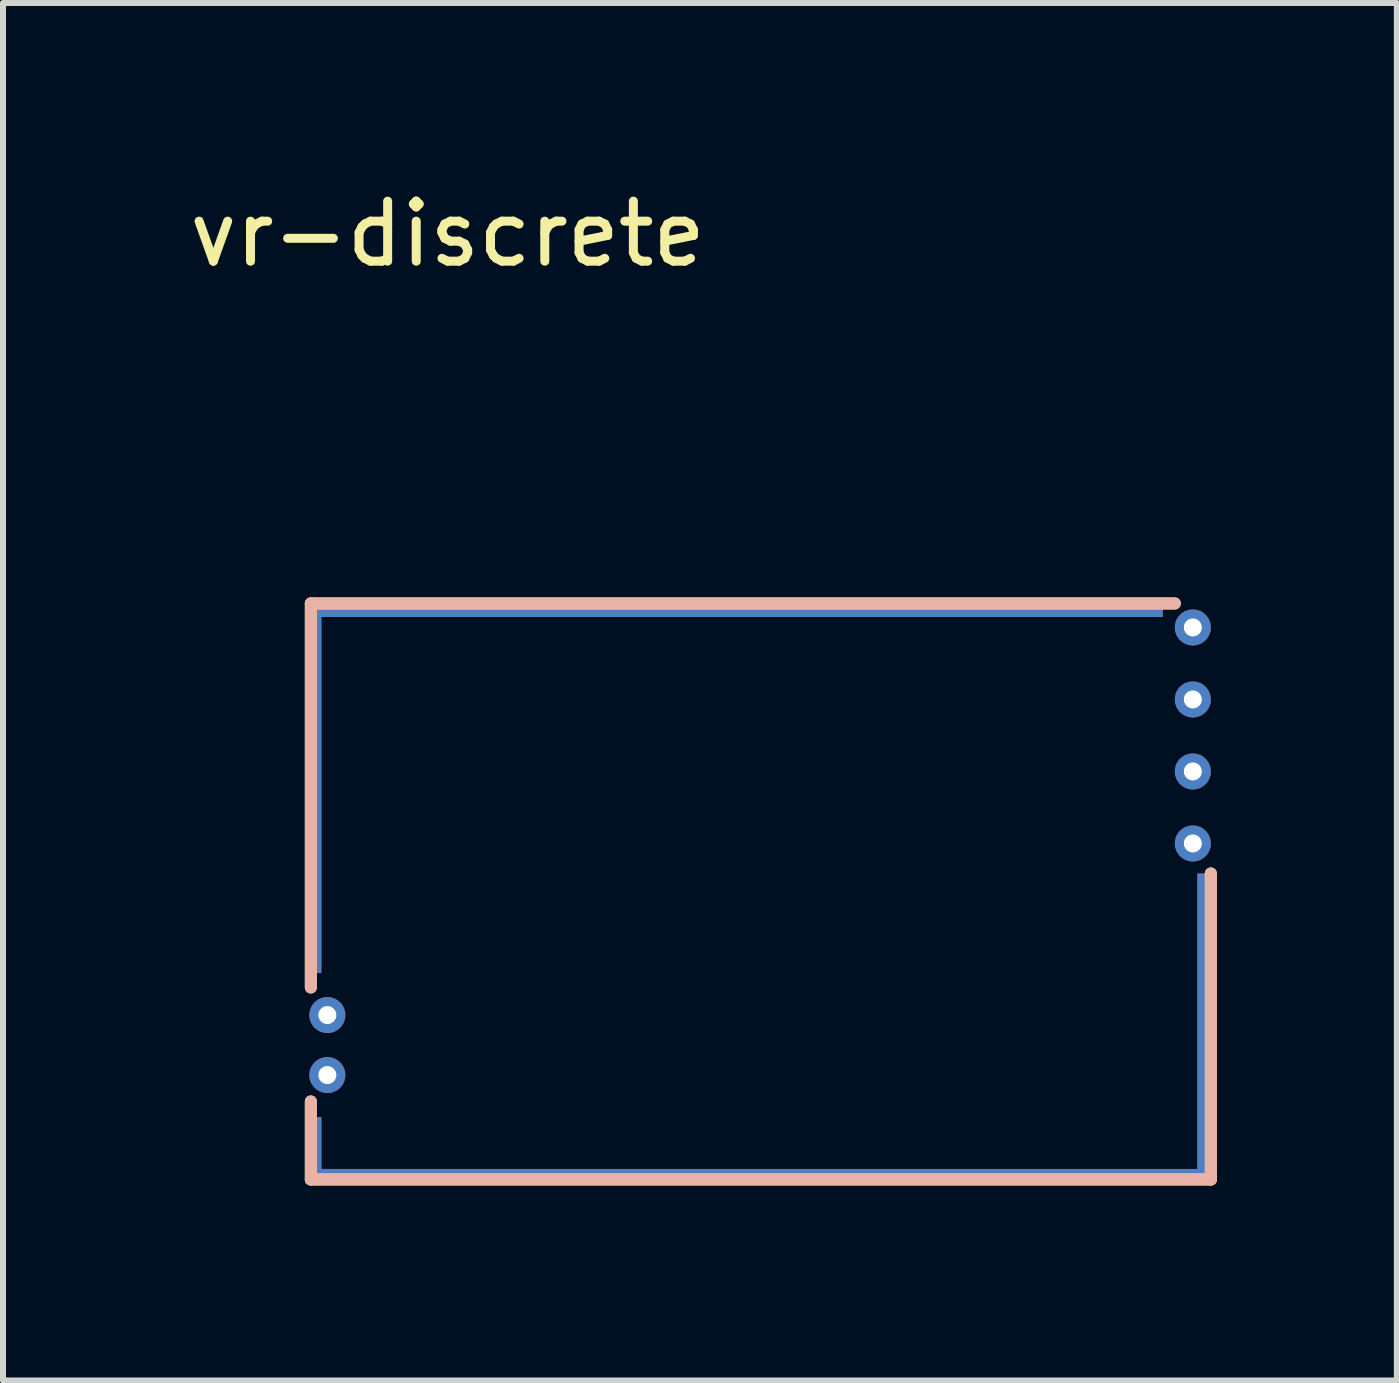
<source format=kicad_pcb>
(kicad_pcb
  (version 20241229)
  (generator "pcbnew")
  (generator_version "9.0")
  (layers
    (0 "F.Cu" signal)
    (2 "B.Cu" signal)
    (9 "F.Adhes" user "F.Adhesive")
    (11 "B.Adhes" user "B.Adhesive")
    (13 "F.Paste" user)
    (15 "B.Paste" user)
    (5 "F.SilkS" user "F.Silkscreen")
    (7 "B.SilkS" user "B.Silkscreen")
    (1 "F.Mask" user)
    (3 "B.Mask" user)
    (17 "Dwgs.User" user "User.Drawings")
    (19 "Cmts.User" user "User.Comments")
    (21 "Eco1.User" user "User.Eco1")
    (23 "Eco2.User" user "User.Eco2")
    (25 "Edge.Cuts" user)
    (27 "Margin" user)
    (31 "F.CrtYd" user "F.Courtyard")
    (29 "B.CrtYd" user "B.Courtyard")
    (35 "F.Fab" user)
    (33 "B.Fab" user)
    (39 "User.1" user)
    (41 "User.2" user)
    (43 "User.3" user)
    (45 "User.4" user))
  (footprint "vr-discrete"
    (layer "F.Cu")
    (at 2.031 16.708)
    (property "Reference" "vr-discrete" (at 2.38 -15.86 0) (unlocked yes) (layer "F.SilkS") (effects (font (size 1 1) (thickness 0.15))))
    (fp_line (start 0.1 -9.7) (end 0.1 -3.3) (stroke (width 0.2) (type solid)) (layer "F.SilkS"))
    (fp_line (start 0.1 -0.1) (end 0.1 -1.4) (stroke (width 0.2) (type solid)) (layer "F.SilkS"))
    (fp_line (start 0.1 -0.1) (end 15.1 -0.1) (stroke (width 0.2) (type solid)) (layer "F.SilkS"))
    (fp_line (start 14.5 -9.7) (end 0.1 -9.7) (stroke (width 0.2) (type solid)) (layer "F.SilkS"))
    (fp_line (start 15.1 -0.1) (end 15.1 -5.2) (stroke (width 0.2) (type solid)) (layer "F.SilkS"))
    (fp_line (start 0.1 -9.7) (end 0.1 -3.3) (stroke (width 0.2) (type solid)) (layer "B.SilkS"))
    (fp_line (start 0.1 -0.1) (end 0.1 -1.4) (stroke (width 0.2) (type solid)) (layer "B.SilkS"))
    (fp_line (start 0.1 -0.1) (end 15.1 -0.1) (stroke (width 0.2) (type solid)) (layer "B.SilkS"))
    (fp_line (start 14.5 -9.7) (end 0.1 -9.7) (stroke (width 0.2) (type solid)) (layer "B.SilkS"))
    (fp_line (start 15.1 -0.1) (end 15.1 -5.2) (stroke (width 0.2) (type solid)) (layer "B.SilkS"))
    (pad "E1" thru_hole circle (at 14.8 -6.9 180) (size 0.6 0.6) (drill 0.3) (layers "*.Cu" "*.Mask"))
    (pad "E2" thru_hole circle (at 14.8 -5.7 180) (size 0.6 0.6) (drill 0.3) (layers "*.Cu" "*.Mask"))
    (pad "E3" thru_hole circle (at 14.8 -8.1 180) (size 0.6 0.6) (drill 0.3) (layers "*.Cu" "*.Mask"))
    (pad "E4" thru_hole circle (at 14.8 -9.3 180) (size 0.6 0.6) (drill 0.3) (layers "*.Cu" "*.Mask"))
    (pad "G" thru_hole rect (at 0.15 -6.633) (size 0.25 6.185) (drill 0.000001) (layers "*.Cu"))
    (pad "G" thru_hole rect (at 0.15 -0.583) (size 0.25 1.115) (drill 0.000001) (layers "*.Cu"))
    (pad "G" thru_hole rect (at 7.162 -9.6 90) (size 0.25 14.275) (drill 0.000001) (layers "*.Cu"))
    (pad "G" thru_hole rect (at 7.575 -0.15 90) (size 0.25 15.1) (drill 0.000001) (layers "*.Cu"))
    (pad "G" thru_hole rect (at 15 -2.612) (size 0.25 5.175) (drill 0.000001) (layers "*.Cu"))
    (pad "W1" thru_hole circle (at 0.375 -2.84 180) (size 0.6 0.6) (drill 0.3) (layers "*.Cu" "*.Mask"))
    (pad "W2" thru_hole circle (at 0.375 -1.84 180) (size 0.6 0.6) (drill 0.3) (layers "*.Cu" "*.Mask"))
    (zone (net_name "") (layers "F.Cu" "B.Cu") (hatch edge 0.508) (connect_pads) (min_thickness 0.254) (filled_areas_thickness no) (keepout (tracks allowed) (vias allowed) (pads allowed) (copperpour not_allowed) (footprints allowed)) (placement (enabled no)) (fill) (polygon (pts (xy 17.031 16.508) (xy 2.131 16.508) (xy 2.131 7.108) (xy 17.031 7.108)))))
  (gr_rect
    (start -3 -3)
    (end 20.231 19.958)
    (stroke (width 0.1) (type default))
    (fill no)
    (layer "Edge.Cuts")))
</source>
